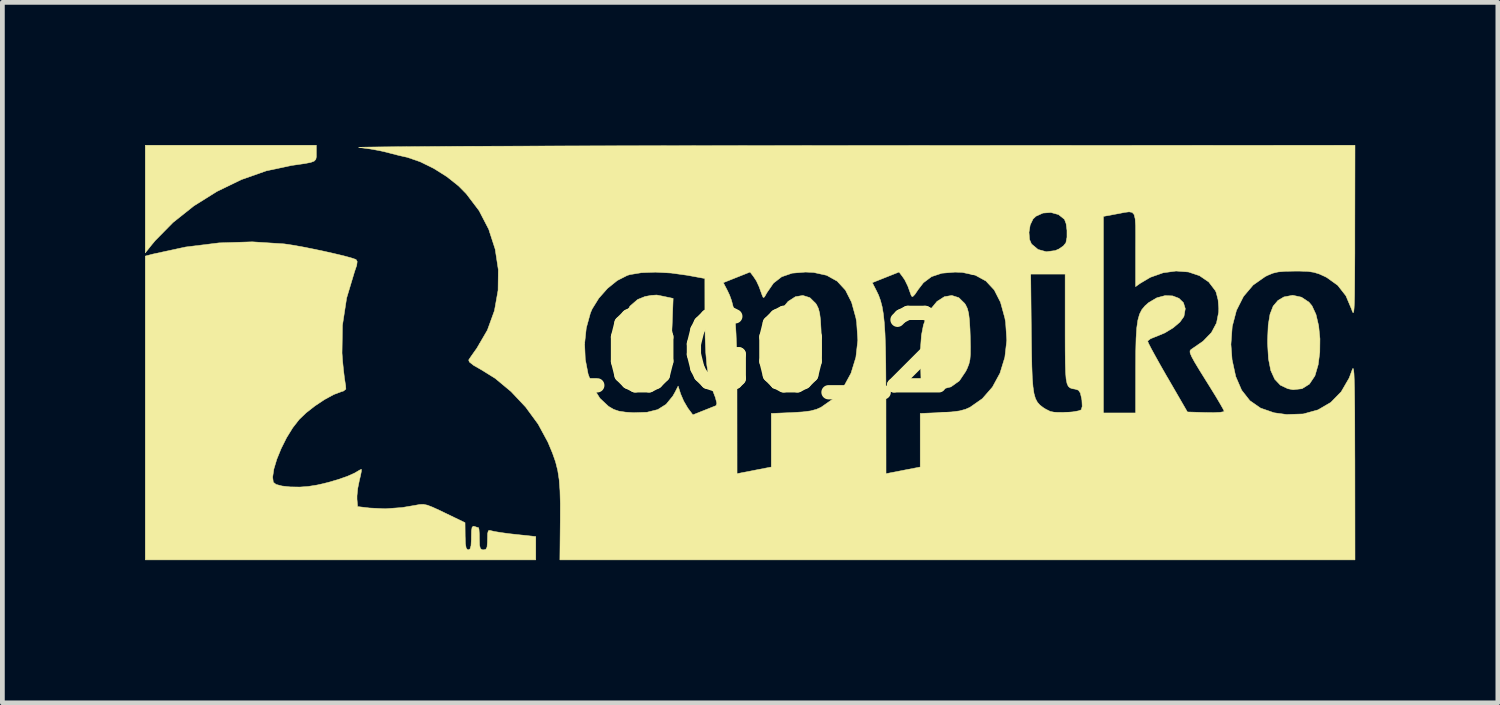
<source format=kicad_pcb>
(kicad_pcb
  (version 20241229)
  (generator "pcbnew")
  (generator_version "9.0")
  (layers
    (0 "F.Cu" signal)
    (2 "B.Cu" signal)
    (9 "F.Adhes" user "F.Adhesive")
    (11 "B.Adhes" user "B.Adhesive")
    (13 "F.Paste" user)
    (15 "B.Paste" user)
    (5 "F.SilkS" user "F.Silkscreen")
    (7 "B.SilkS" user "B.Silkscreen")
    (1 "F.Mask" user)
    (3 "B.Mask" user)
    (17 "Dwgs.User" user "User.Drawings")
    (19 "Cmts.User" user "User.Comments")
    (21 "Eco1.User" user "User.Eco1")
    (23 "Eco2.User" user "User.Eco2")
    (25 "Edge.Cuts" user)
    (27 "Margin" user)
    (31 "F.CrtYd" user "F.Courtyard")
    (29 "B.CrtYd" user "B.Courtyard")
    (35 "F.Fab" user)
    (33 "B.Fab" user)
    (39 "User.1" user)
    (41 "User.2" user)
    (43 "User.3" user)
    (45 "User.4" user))
  (footprint "LOGO_2"
    (layer "F.Cu")
    (at 12.705 4.365)
    (property "Reference" "LOGO_2" (at 0 0 0) (layer "F.SilkS") (effects (font (size 1.524 1.524) (thickness 0.3))))
    (attr through_hole)
    (fp_poly (pts (xy -9.102 -4.192) (xy -9.102 -4.116) (xy -9.113 -4.064) (xy -9.147 -4.027) (xy -9.218 -4) (xy -9.34 -3.976) (xy -9.527 -3.949) (xy -9.631 -3.934) (xy -10.154 -3.822) (xy -10.68 -3.637) (xy -11.193 -3.388) (xy -11.677 -3.085) (xy -12.115 -2.737) (xy -12.492 -2.354) (xy -12.565 -2.266) (xy -12.7 -2.097) (xy -12.7 -4.36) (xy -9.102 -4.36) (xy -9.102 -4.192)) (stroke (width 0.01) (type solid)) (fill yes) (layer "F.SilkS"))
    (fp_poly (pts (xy -1.924 -1.207) (xy -1.82 -1.186) (xy -1.72 -1.165) (xy -1.598 -1.139) (xy -1.62 -0.559) (xy -1.637 -0.243) (xy -1.666 0.005) (xy -1.71 0.201) (xy -1.774 0.362) (xy -1.862 0.503) (xy -1.906 0.559) (xy -2.064 0.702) (xy -2.237 0.771) (xy -2.359 0.771) (xy -2.48 0.711) (xy -2.579 0.576) (xy -2.652 0.375) (xy -2.697 0.117) (xy -2.709 -0.148) (xy -2.687 -0.495) (xy -2.619 -0.77) (xy -2.506 -0.977) (xy -2.345 -1.116) (xy -2.189 -1.179) (xy -2.057 -1.203) (xy -1.948 -1.21) (xy -1.924 -1.207)) (stroke (width 0.01) (type solid)) (fill yes) (layer "F.SilkS"))
    (fp_poly (pts (xy 11.616 -1.165) (xy 11.775 -1.059) (xy 11.838 -0.983) (xy 11.922 -0.801) (xy 11.978 -0.562) (xy 12.005 -0.29) (xy 12.002 -0.01) (xy 11.968 0.255) (xy 11.902 0.481) (xy 11.896 0.494) (xy 11.783 0.663) (xy 11.628 0.76) (xy 11.441 0.781) (xy 11.33 0.76) (xy 11.172 0.685) (xy 11.054 0.56) (xy 10.971 0.377) (xy 10.922 0.129) (xy 10.904 -0.19) (xy 10.904 -0.275) (xy 10.917 -0.577) (xy 10.955 -0.807) (xy 11.021 -0.977) (xy 11.121 -1.095) (xy 11.247 -1.17) (xy 11.432 -1.205) (xy 11.616 -1.165)) (stroke (width 0.01) (type solid)) (fill yes) (layer "F.SilkS"))
    (fp_poly (pts (xy 1.277 -1.155) (xy 1.401 -1.033) (xy 1.42 -1.004) (xy 1.457 -0.927) (xy 1.483 -0.827) (xy 1.501 -0.688) (xy 1.512 -0.493) (xy 1.517 -0.348) (xy 1.523 -0.126) (xy 1.522 0.033) (xy 1.512 0.148) (xy 1.49 0.24) (xy 1.454 0.331) (xy 1.424 0.393) (xy 1.289 0.594) (xy 1.113 0.721) (xy 0.893 0.777) (xy 0.635 0.765) (xy 0.487 0.741) (xy 0.473 0.233) (xy 0.472 -0.098) (xy 0.491 -0.363) (xy 0.533 -0.58) (xy 0.601 -0.765) (xy 0.68 -0.907) (xy 0.82 -1.076) (xy 0.974 -1.175) (xy 1.13 -1.201) (xy 1.277 -1.155)) (stroke (width 0.01) (type solid)) (fill yes) (layer "F.SilkS"))
    (fp_poly (pts (xy 4.409 -1.155) (xy 4.534 -1.033) (xy 4.553 -1.004) (xy 4.59 -0.927) (xy 4.616 -0.827) (xy 4.633 -0.688) (xy 4.645 -0.493) (xy 4.65 -0.348) (xy 4.655 -0.126) (xy 4.654 0.033) (xy 4.644 0.148) (xy 4.623 0.24) (xy 4.587 0.331) (xy 4.557 0.393) (xy 4.422 0.594) (xy 4.245 0.721) (xy 4.026 0.777) (xy 3.768 0.765) (xy 3.619 0.741) (xy 3.606 0.233) (xy 3.605 -0.098) (xy 3.624 -0.363) (xy 3.666 -0.58) (xy 3.734 -0.765) (xy 3.812 -0.907) (xy 3.952 -1.076) (xy 4.107 -1.175) (xy 4.263 -1.201) (xy 4.409 -1.155)) (stroke (width 0.01) (type solid)) (fill yes) (layer "F.SilkS"))
    (fp_poly (pts (xy -9.778 -2.286) (xy -9.617 -2.262) (xy -9.414 -2.227) (xy -9.187 -2.182) (xy -8.952 -2.133) (xy -8.726 -2.082) (xy -8.528 -2.035) (xy -8.373 -1.993) (xy -8.28 -1.962) (xy -8.266 -1.955) (xy -8.243 -1.915) (xy -8.253 -1.835) (xy -8.3 -1.697) (xy -8.3 -1.696) (xy -8.465 -1.147) (xy -8.553 -0.573) (xy -8.562 0.01) (xy -8.549 0.189) (xy -8.53 0.376) (xy -8.51 0.541) (xy -8.492 0.659) (xy -8.486 0.691) (xy -8.481 0.768) (xy -8.531 0.809) (xy -8.58 0.823) (xy -8.737 0.883) (xy -8.928 0.987) (xy -9.13 1.121) (xy -9.317 1.267) (xy -9.463 1.407) (xy -9.599 1.582) (xy -9.728 1.791) (xy -9.841 2.017) (xy -9.933 2.242) (xy -9.995 2.448) (xy -10.021 2.619) (xy -10.007 2.727) (xy -9.949 2.773) (xy -9.824 2.806) (xy -9.651 2.825) (xy -9.447 2.828) (xy -9.278 2.816) (xy -9.088 2.786) (xy -8.869 2.735) (xy -8.648 2.671) (xy -8.449 2.602) (xy -8.299 2.535) (xy -8.267 2.516) (xy -8.191 2.471) (xy -8.155 2.455) (xy -8.154 2.492) (xy -8.173 2.588) (xy -8.198 2.692) (xy -8.231 2.855) (xy -8.247 3.012) (xy -8.247 3.084) (xy -8.234 3.239) (xy -7.98 3.269) (xy -7.654 3.285) (xy -7.299 3.259) (xy -7.02 3.212) (xy -6.929 3.195) (xy -6.851 3.192) (xy -6.767 3.209) (xy -6.656 3.252) (xy -6.499 3.324) (xy -6.398 3.373) (xy -5.975 3.577) (xy -5.972 3.863) (xy -5.966 4.021) (xy -5.951 4.11) (xy -5.922 4.146) (xy -5.905 4.149) (xy -5.869 4.129) (xy -5.849 4.061) (xy -5.842 3.928) (xy -5.842 3.89) (xy -5.839 3.748) (xy -5.826 3.673) (xy -5.8 3.652) (xy -5.775 3.657) (xy -5.708 3.68) (xy -5.69 3.683) (xy -5.681 3.721) (xy -5.674 3.82) (xy -5.673 3.916) (xy -5.669 4.05) (xy -5.653 4.12) (xy -5.618 4.146) (xy -5.588 4.149) (xy -5.538 4.138) (xy -5.512 4.091) (xy -5.504 3.989) (xy -5.503 3.932) (xy -5.5 3.806) (xy -5.485 3.748) (xy -5.451 3.739) (xy -5.429 3.746) (xy -5.357 3.763) (xy -5.223 3.785) (xy -5.048 3.809) (xy -4.921 3.823) (xy -4.487 3.87) (xy -4.487 4.36) (xy -12.7 4.36) (xy -12.7 -2.029) (xy -12.541 -2.071) (xy -11.853 -2.22) (xy -11.148 -2.307) (xy -10.449 -2.329) (xy -9.778 -2.286)) (stroke (width 0.01) (type solid)) (fill yes) (layer "F.SilkS"))
    (fp_poly (pts (xy 12.739 -2.529) (xy 12.739 -2.089) (xy 12.737 -1.727) (xy 12.735 -1.437) (xy 12.733 -1.213) (xy 12.729 -1.047) (xy 12.723 -0.934) (xy 12.716 -0.867) (xy 12.707 -0.839) (xy 12.696 -0.845) (xy 12.682 -0.877) (xy 12.672 -0.908) (xy 12.551 -1.194) (xy 12.379 -1.414) (xy 12.152 -1.577) (xy 12.118 -1.595) (xy 11.991 -1.653) (xy 11.877 -1.688) (xy 11.751 -1.707) (xy 11.582 -1.713) (xy 11.472 -1.713) (xy 11.271 -1.709) (xy 11.126 -1.696) (xy 11.013 -1.669) (xy 10.903 -1.623) (xy 10.855 -1.599) (xy 10.6 -1.42) (xy 10.397 -1.18) (xy 10.249 -0.887) (xy 10.16 -0.548) (xy 10.133 -0.173) (xy 10.157 0.149) (xy 10.234 0.504) (xy 10.358 0.791) (xy 10.531 1.011) (xy 10.757 1.168) (xy 11.04 1.266) (xy 11.302 1.302) (xy 11.653 1.291) (xy 11.964 1.205) (xy 12.233 1.048) (xy 12.452 0.824) (xy 12.619 0.536) (xy 12.681 0.369) (xy 12.694 0.337) (xy 12.704 0.335) (xy 12.713 0.369) (xy 12.721 0.443) (xy 12.726 0.565) (xy 12.731 0.74) (xy 12.734 0.973) (xy 12.737 1.272) (xy 12.738 1.641) (xy 12.739 2.087) (xy 12.74 2.275) (xy 12.742 4.36) (xy -3.98 4.36) (xy -3.972 3.524) (xy -3.971 3.18) (xy -3.978 2.903) (xy -3.995 2.676) (xy -4.025 2.48) (xy -4.071 2.298) (xy -4.136 2.113) (xy -4.222 1.907) (xy -4.235 1.878) (xy -4.437 1.505) (xy -4.7 1.146) (xy -5.007 0.82) (xy -5.34 0.543) (xy -5.628 0.364) (xy -5.794 0.269) (xy -5.884 0.198) (xy -5.898 0.156) (xy -5.858 0.095) (xy -5.786 -0.008) (xy -5.728 -0.089) (xy -5.671 -0.186) (xy -3.46 -0.186) (xy -3.446 0.141) (xy -3.386 0.452) (xy -3.282 0.73) (xy -3.138 0.962) (xy -2.957 1.131) (xy -2.954 1.133) (xy -2.848 1.195) (xy -2.739 1.232) (xy -2.599 1.253) (xy -2.433 1.264) (xy -2.147 1.255) (xy -1.922 1.199) (xy -1.746 1.088) (xy -1.606 0.917) (xy -1.556 0.829) (xy -1.493 0.705) (xy -1.44 0.871) (xy -1.376 1.02) (xy -1.293 1.162) (xy -1.285 1.174) (xy -1.183 1.31) (xy -0.962 1.222) (xy -0.831 1.17) (xy -0.731 1.13) (xy -0.694 1.115) (xy -0.679 1.065) (xy -0.71 0.944) (xy -0.746 0.85) (xy -0.807 0.676) (xy -0.855 0.485) (xy -0.889 0.265) (xy -0.912 0.002) (xy -0.925 -0.317) (xy -0.93 -0.704) (xy -0.93 -0.768) (xy -0.931 -1.47) (xy -0.543 -1.47) (xy -0.461 -1.313) (xy -0.411 -1.208) (xy -0.37 -1.095) (xy -0.336 -0.966) (xy -0.309 -0.812) (xy -0.289 -0.624) (xy -0.275 -0.394) (xy -0.264 -0.112) (xy -0.258 0.23) (xy -0.255 0.642) (xy -0.255 0.988) (xy -0.254 2.547) (xy -0.138 2.524) (xy -0.03 2.504) (xy 0.12 2.474) (xy 0.222 2.454) (xy 0.466 2.407) (xy 0.466 1.28) (xy 0.9 1.262) (xy 1.126 1.248) (xy 1.291 1.227) (xy 1.418 1.193) (xy 1.512 1.151) (xy 1.772 0.969) (xy 1.984 0.726) (xy 2.143 0.433) (xy 2.245 0.1) (xy 2.286 -0.26) (xy 2.261 -0.638) (xy 2.246 -0.727) (xy 2.155 -1.057) (xy 2.025 -1.314) (xy 1.881 -1.47) (xy 2.59 -1.47) (xy 2.671 -1.313) (xy 2.722 -1.208) (xy 2.763 -1.095) (xy 2.797 -0.966) (xy 2.823 -0.812) (xy 2.843 -0.624) (xy 2.858 -0.394) (xy 2.868 -0.112) (xy 2.874 0.23) (xy 2.877 0.642) (xy 2.878 0.988) (xy 2.879 2.547) (xy 2.995 2.524) (xy 3.102 2.504) (xy 3.252 2.474) (xy 3.355 2.454) (xy 3.598 2.407) (xy 3.598 1.28) (xy 4.032 1.262) (xy 4.259 1.248) (xy 4.424 1.227) (xy 4.55 1.193) (xy 4.645 1.151) (xy 4.905 0.969) (xy 5.117 0.726) (xy 5.276 0.433) (xy 5.378 0.1) (xy 5.419 -0.26) (xy 5.394 -0.638) (xy 5.378 -0.727) (xy 5.287 -1.058) (xy 5.155 -1.317) (xy 4.98 -1.505) (xy 4.757 -1.627) (xy 4.646 -1.651) (xy 5.922 -1.651) (xy 5.935 -0.413) (xy 5.94 -0.027) (xy 5.946 0.283) (xy 5.955 0.528) (xy 5.97 0.717) (xy 5.991 0.859) (xy 6.021 0.965) (xy 6.062 1.043) (xy 6.115 1.103) (xy 6.182 1.155) (xy 6.236 1.189) (xy 6.334 1.238) (xy 6.448 1.261) (xy 6.607 1.262) (xy 6.656 1.26) (xy 6.807 1.247) (xy 6.925 1.226) (xy 6.984 1.204) (xy 7.005 1.132) (xy 6.999 1.004) (xy 6.994 0.972) (xy 6.966 0.851) (xy 6.925 0.791) (xy 6.857 0.769) (xy 6.796 0.759) (xy 6.749 0.742) (xy 6.712 0.709) (xy 6.686 0.65) (xy 6.667 0.556) (xy 6.656 0.419) (xy 6.65 0.227) (xy 6.647 -0.026) (xy 6.646 -0.352) (xy 6.646 -0.492) (xy 6.646 -1.651) (xy 5.922 -1.651) (xy 4.646 -1.651) (xy 4.484 -1.686) (xy 4.33 -1.692) (xy 4.053 -1.669) (xy 3.837 -1.597) (xy 3.666 -1.469) (xy 3.558 -1.329) (xy 3.484 -1.22) (xy 3.44 -1.176) (xy 3.414 -1.189) (xy 3.405 -1.211) (xy 3.338 -1.397) (xy 3.274 -1.528) (xy 3.226 -1.598) (xy 3.153 -1.694) (xy 2.871 -1.582) (xy 2.59 -1.47) (xy 1.881 -1.47) (xy 1.851 -1.502) (xy 1.63 -1.625) (xy 1.356 -1.685) (xy 1.185 -1.693) (xy 0.905 -1.67) (xy 0.685 -1.594) (xy 0.512 -1.46) (xy 0.375 -1.261) (xy 0.368 -1.249) (xy 0.323 -1.169) (xy 0.296 -1.158) (xy 0.274 -1.206) (xy 0.21 -1.384) (xy 0.153 -1.507) (xy 0.093 -1.598) (xy 0.02 -1.694) (xy -0.543 -1.47) (xy -0.931 -1.47) (xy -0.931 -1.558) (xy -1.302 -1.626) (xy -1.641 -1.673) (xy -1.969 -1.691) (xy -2.264 -1.68) (xy -2.506 -1.64) (xy -2.564 -1.622) (xy -2.772 -1.516) (xy -2.979 -1.349) (xy -3.162 -1.142) (xy -3.301 -0.918) (xy -3.338 -0.832) (xy -3.425 -0.516) (xy -3.46 -0.186) (xy -5.671 -0.186) (xy -5.505 -0.471) (xy -5.356 -0.882) (xy -5.28 -1.309) (xy -5.275 -1.744) (xy -5.341 -2.175) (xy -5.456 -2.529) (xy 5.886 -2.529) (xy 5.897 -2.379) (xy 5.939 -2.283) (xy 6.077 -2.168) (xy 6.25 -2.121) (xy 6.437 -2.145) (xy 6.516 -2.179) (xy 6.609 -2.243) (xy 6.662 -2.309) (xy 6.685 -2.425) (xy 6.685 -2.57) (xy 6.667 -2.709) (xy 6.632 -2.802) (xy 6.631 -2.803) (xy 6.555 -2.864) (xy 7.451 -2.864) (xy 7.451 1.27) (xy 8.128 1.27) (xy 8.129 0.328) (xy 8.131 -0.024) (xy 8.138 -0.302) (xy 8.152 -0.518) (xy 8.176 -0.683) (xy 8.211 -0.808) (xy 8.26 -0.904) (xy 8.326 -0.983) (xy 8.403 -1.051) (xy 8.575 -1.152) (xy 8.748 -1.198) (xy 8.907 -1.192) (xy 9.04 -1.141) (xy 9.134 -1.049) (xy 9.173 -0.923) (xy 9.146 -0.767) (xy 9.142 -0.756) (xy 9.06 -0.641) (xy 8.919 -0.521) (xy 8.743 -0.414) (xy 8.554 -0.335) (xy 8.541 -0.331) (xy 8.44 -0.29) (xy 8.386 -0.247) (xy 8.383 -0.237) (xy 8.403 -0.187) (xy 8.46 -0.077) (xy 8.547 0.082) (xy 8.657 0.279) (xy 8.784 0.501) (xy 8.801 0.529) (xy 9.218 1.249) (xy 9.604 1.261) (xy 9.777 1.262) (xy 9.908 1.256) (xy 9.981 1.243) (xy 9.991 1.234) (xy 9.969 1.187) (xy 9.909 1.081) (xy 9.819 0.929) (xy 9.705 0.744) (xy 9.607 0.587) (xy 9.467 0.362) (xy 9.368 0.198) (xy 9.306 0.084) (xy 9.275 0.01) (xy 9.272 -0.035) (xy 9.289 -0.06) (xy 9.294 -0.064) (xy 9.547 -0.239) (xy 9.723 -0.421) (xy 9.83 -0.622) (xy 9.875 -0.851) (xy 9.877 -0.931) (xy 9.863 -1.107) (xy 9.824 -1.26) (xy 9.807 -1.3) (xy 9.666 -1.485) (xy 9.472 -1.617) (xy 9.238 -1.695) (xy 8.979 -1.715) (xy 8.708 -1.678) (xy 8.439 -1.583) (xy 8.223 -1.455) (xy 8.128 -1.387) (xy 8.128 -2.175) (xy 8.129 -2.458) (xy 8.128 -2.667) (xy 8.119 -2.812) (xy 8.097 -2.902) (xy 8.056 -2.948) (xy 7.991 -2.96) (xy 7.896 -2.948) (xy 7.766 -2.922) (xy 7.72 -2.914) (xy 7.451 -2.864) (xy 6.555 -2.864) (xy 6.507 -2.902) (xy 6.347 -2.946) (xy 6.18 -2.934) (xy 6.032 -2.867) (xy 5.971 -2.808) (xy 5.911 -2.684) (xy 5.886 -2.529) (xy -5.456 -2.529) (xy -5.476 -2.592) (xy -5.679 -2.984) (xy -5.949 -3.34) (xy -6.111 -3.504) (xy -6.355 -3.698) (xy -6.633 -3.873) (xy -6.921 -4.014) (xy -7.191 -4.107) (xy -7.26 -4.122) (xy -7.374 -4.148) (xy -7.527 -4.187) (xy -7.62 -4.212) (xy -7.778 -4.248) (xy -7.98 -4.284) (xy -8.186 -4.311) (xy -8.213 -4.313) (xy -8.205 -4.317) (xy -8.115 -4.32) (xy -7.947 -4.323) (xy -7.703 -4.326) (xy -7.387 -4.329) (xy -7.001 -4.332) (xy -6.55 -4.335) (xy -6.035 -4.338) (xy -5.46 -4.34) (xy -4.828 -4.342) (xy -4.143 -4.345) (xy -3.406 -4.347) (xy -2.621 -4.349) (xy -1.792 -4.35) (xy -0.921 -4.352) (xy -0.012 -4.353) (xy 0.933 -4.354) (xy 1.91 -4.355) (xy 2.085 -4.355) (xy 12.742 -4.36) (xy 12.739 -2.529)) (stroke (width 0.01) (type solid)) (fill yes) (layer "F.SilkS")))
  (gr_rect
    (start -3 -3)
    (end 28.452 11.731)
    (stroke (width 0.1) (type default))
    (fill no)
    (layer "Edge.Cuts")))
</source>
